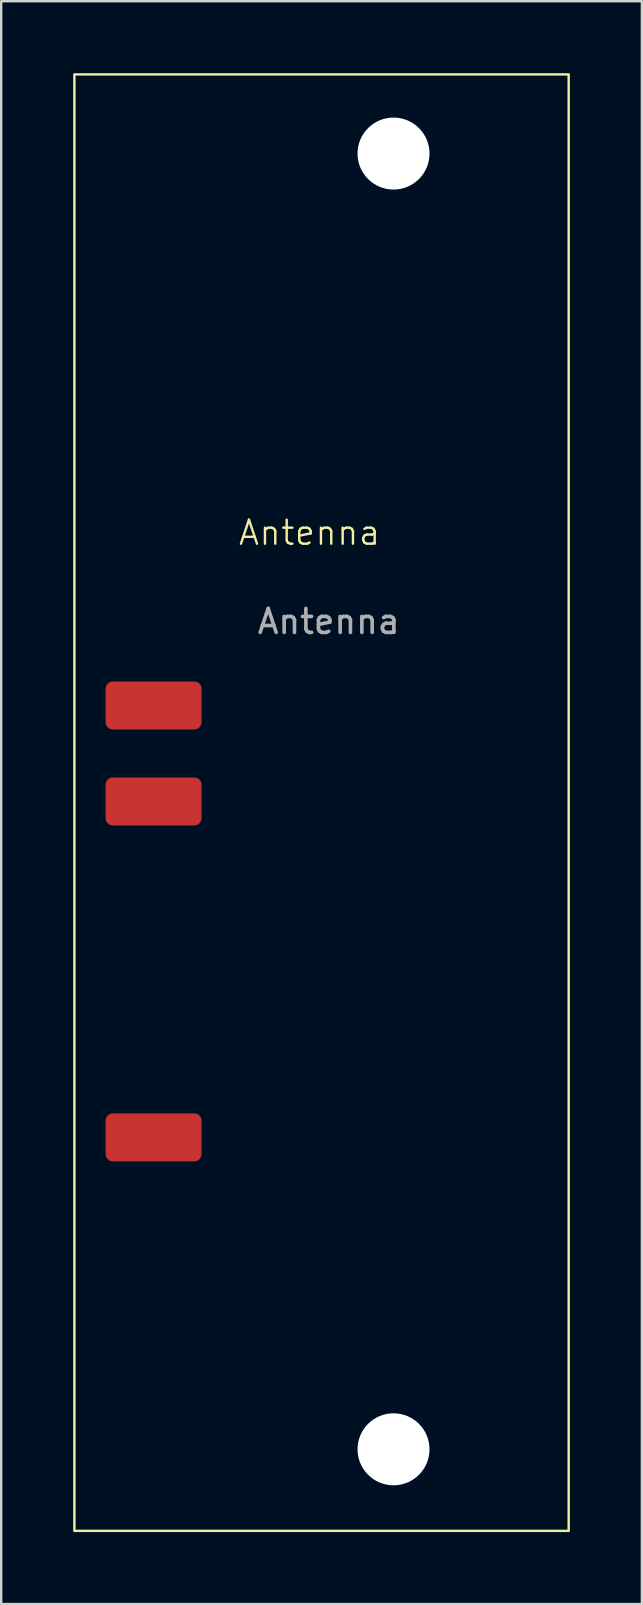
<source format=kicad_pcb>
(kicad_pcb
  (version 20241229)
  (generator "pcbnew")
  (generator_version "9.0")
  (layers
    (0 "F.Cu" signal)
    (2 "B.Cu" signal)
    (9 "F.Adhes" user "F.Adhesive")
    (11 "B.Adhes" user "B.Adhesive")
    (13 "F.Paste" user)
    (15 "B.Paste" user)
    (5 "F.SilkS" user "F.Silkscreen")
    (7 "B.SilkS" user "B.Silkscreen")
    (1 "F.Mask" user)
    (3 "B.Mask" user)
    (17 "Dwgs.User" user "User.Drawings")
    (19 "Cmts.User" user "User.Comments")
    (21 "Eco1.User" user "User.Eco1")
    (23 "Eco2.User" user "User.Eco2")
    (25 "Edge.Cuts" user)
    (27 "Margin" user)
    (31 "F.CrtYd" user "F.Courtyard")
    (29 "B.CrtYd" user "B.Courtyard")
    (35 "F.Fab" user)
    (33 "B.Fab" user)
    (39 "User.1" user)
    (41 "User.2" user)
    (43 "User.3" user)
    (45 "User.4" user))
  (footprint "Antenna"
    (layer "F.Cu")
    (at 3.35 26.35)
    (property "Reference" "Antenna" (at 6.5 -7.2 0) (unlocked yes) (layer "F.SilkS") (effects (font (size 1 1) (thickness 0.1))))
    (attr smd)
    (fp_rect (start -3.3 -26.3) (end 17.3 34.4) (stroke (width 0.1) (type default)) (fill no) (layer "F.SilkS"))
    (fp_text user "${REFERENCE}" (at 7.3 -3.5 0) (unlocked yes) (layer "F.Fab") (effects (font (size 1 1) (thickness 0.15))))
    (pad "" np_thru_hole circle (at 10 -23) (size 3 3) (drill 3) (layers "*.Cu" "*.Mask"))
    (pad "" np_thru_hole circle (at 10 31) (size 3 3) (drill 3) (layers "*.Cu" "*.Mask"))
    (pad "1" smd roundrect (at 0 0) (size 4 2) (layers "F.Cu" "F.Mask" "F.Paste") (roundrect_rratio 0.15))
    (pad "2" smd roundrect (at 0 4) (size 4 2) (layers "F.Cu" "F.Mask" "F.Paste") (roundrect_rratio 0.15))
    (pad "3" smd roundrect (at 0 18) (size 4 2) (layers "F.Cu" "F.Mask" "F.Paste") (roundrect_rratio 0.15)))
  (gr_rect
    (start -3 -3)
    (end 23.7 63.8)
    (stroke (width 0.1) (type default))
    (fill no)
    (layer "Edge.Cuts")))
</source>
